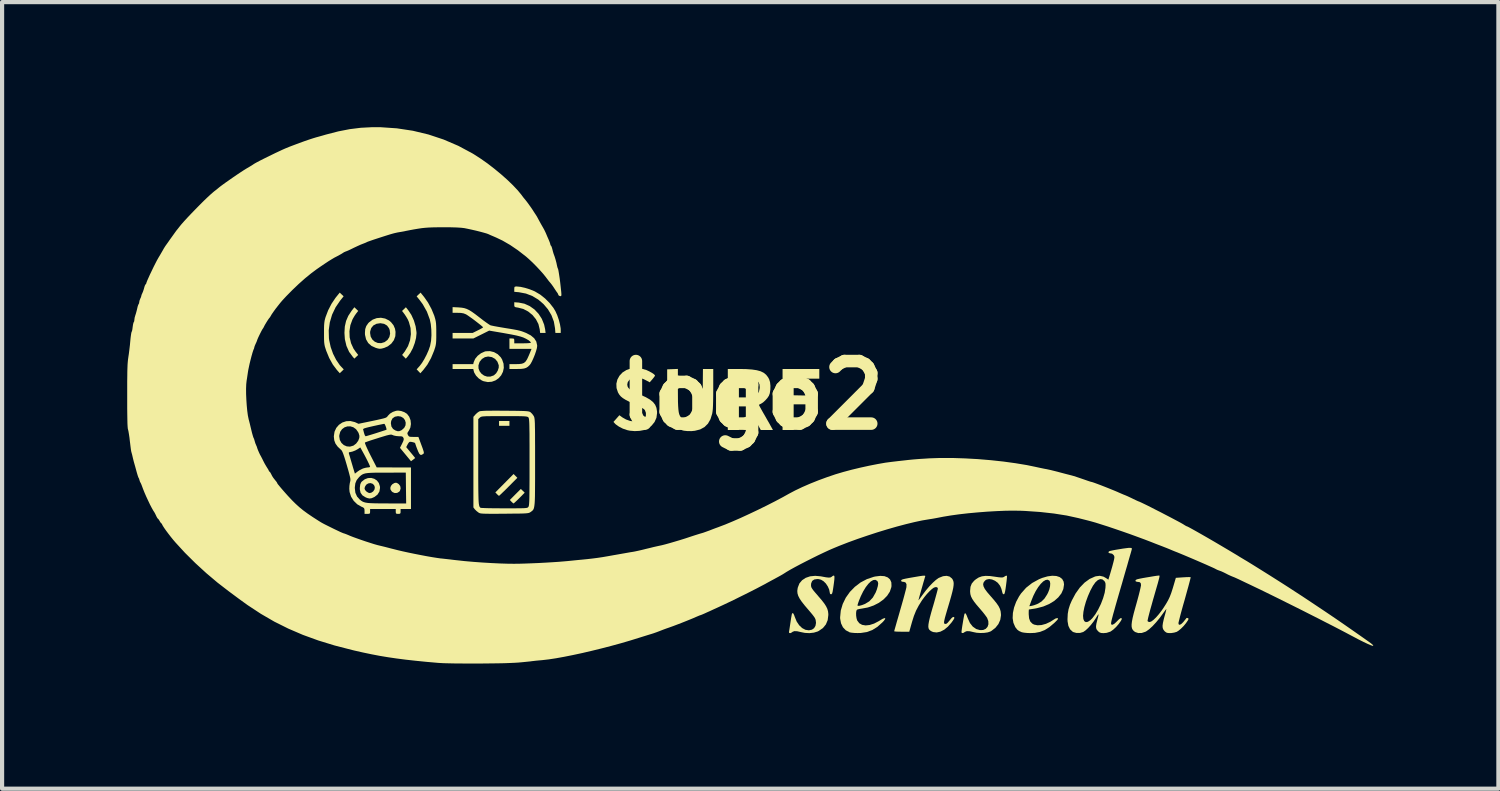
<source format=kicad_pcb>
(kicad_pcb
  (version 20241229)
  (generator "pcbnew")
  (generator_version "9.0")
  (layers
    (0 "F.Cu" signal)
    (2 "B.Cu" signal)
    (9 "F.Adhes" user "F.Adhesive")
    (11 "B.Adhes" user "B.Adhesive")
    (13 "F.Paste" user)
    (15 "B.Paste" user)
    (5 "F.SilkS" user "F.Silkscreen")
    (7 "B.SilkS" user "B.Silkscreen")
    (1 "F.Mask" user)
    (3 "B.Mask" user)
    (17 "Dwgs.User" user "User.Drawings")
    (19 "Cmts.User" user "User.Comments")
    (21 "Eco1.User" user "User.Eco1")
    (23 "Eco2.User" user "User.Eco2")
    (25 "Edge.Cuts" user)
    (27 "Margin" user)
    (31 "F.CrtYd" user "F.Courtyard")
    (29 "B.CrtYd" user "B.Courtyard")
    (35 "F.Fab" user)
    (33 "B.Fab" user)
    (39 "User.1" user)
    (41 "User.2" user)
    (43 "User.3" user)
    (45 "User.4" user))
  (footprint "logo2"
    (layer "F.Cu")
    (at 14.983 6.429)
    (property "Reference" "logo2" (at 0 0 0) (layer "F.SilkS") (effects (font (size 1.5 1.5) (thickness 0.3))))
    (attr board_only exclude_from_pos_files exclude_from_bom)
    (fp_poly (pts (xy -5.818 0.673) (xy -5.818 0.731) (xy -5.943 0.731) (xy -6.067 0.731) (xy -6.067 0.673) (xy -6.067 0.615) (xy -5.943 0.615) (xy -5.818 0.615)) (stroke (width 0) (type solid)) (fill yes) (layer "F.SilkS"))
    (fp_poly (pts (xy -5.498 2.289) (xy -5.452 2.334) (xy -5.58 2.464) (xy -5.633 2.516) (xy -5.678 2.558) (xy -5.708 2.585) (xy -5.719 2.593) (xy -5.736 2.582) (xy -5.764 2.556) (xy -5.769 2.551) (xy -5.808 2.509) (xy -5.677 2.377) (xy -5.545 2.245)) (stroke (width 0) (type solid)) (fill yes) (layer "F.SilkS"))
    (fp_poly (pts (xy -5.673 1.932) (xy -5.628 1.978) (xy -5.843 2.194) (xy -5.912 2.263) (xy -5.973 2.322) (xy -6.022 2.369) (xy -6.055 2.4) (xy -6.068 2.41) (xy -6.085 2.399) (xy -6.113 2.373) (xy -6.117 2.369) (xy -6.156 2.328) (xy -5.937 2.107) (xy -5.719 1.887)) (stroke (width 0) (type solid)) (fill yes) (layer "F.SilkS"))
    (fp_poly (pts (xy -8.51 2.104) (xy -8.474 2.127) (xy -8.472 2.129) (xy -8.437 2.175) (xy -8.427 2.232) (xy -8.443 2.288) (xy -8.461 2.311) (xy -8.511 2.34) (xy -8.569 2.343) (xy -8.622 2.32) (xy -8.643 2.3) (xy -8.671 2.256) (xy -8.674 2.217) (xy -8.659 2.172) (xy -8.625 2.131) (xy -8.575 2.102) (xy -8.537 2.095)) (stroke (width 0) (type solid)) (fill yes) (layer "F.SilkS"))
    (fp_poly (pts (xy 1.612 -0.515) (xy 1.612 -0.399) (xy 1.305 -0.399) (xy 0.997 -0.399) (xy 0.997 -0.2) (xy 0.997 -0.001) (xy 1.259 0.004) (xy 1.521 0.008) (xy 1.526 0.112) (xy 1.531 0.216) (xy 1.264 0.216) (xy 0.997 0.216) (xy 0.997 0.524) (xy 0.997 0.831) (xy 0.864 0.831) (xy 0.731 0.831) (xy 0.731 0.1) (xy 0.731 -0.632) (xy 1.172 -0.632) (xy 1.612 -0.632)) (stroke (width 0) (type solid)) (fill yes) (layer "F.SilkS"))
    (fp_poly (pts (xy -5.595 -2.224) (xy -5.459 -2.197) (xy -5.332 -2.14) (xy -5.218 -2.059) (xy -5.12 -1.955) (xy -5.041 -1.833) (xy -4.986 -1.696) (xy -4.962 -1.583) (xy -4.951 -1.496) (xy -5.016 -1.496) (xy -5.082 -1.496) (xy -5.092 -1.583) (xy -5.123 -1.709) (xy -5.183 -1.825) (xy -5.266 -1.926) (xy -5.369 -2.01) (xy -5.486 -2.071) (xy -5.615 -2.104) (xy -5.617 -2.104) (xy -5.667 -2.112) (xy -5.692 -2.123) (xy -5.701 -2.143) (xy -5.702 -2.174) (xy -5.702 -2.232)) (stroke (width 0) (type solid)) (fill yes) (layer "F.SilkS"))
    (fp_poly (pts (xy -9.49 -2.068) (xy -9.444 -2.024) (xy -9.492 -1.963) (xy -9.528 -1.912) (xy -9.565 -1.849) (xy -9.582 -1.818) (xy -9.632 -1.682) (xy -9.654 -1.537) (xy -9.649 -1.391) (xy -9.616 -1.25) (xy -9.556 -1.119) (xy -9.508 -1.049) (xy -9.444 -0.968) (xy -9.49 -0.924) (xy -9.535 -0.881) (xy -9.57 -0.918) (xy -9.662 -1.042) (xy -9.726 -1.185) (xy -9.764 -1.346) (xy -9.774 -1.498) (xy -9.765 -1.65) (xy -9.735 -1.783) (xy -9.682 -1.906) (xy -9.602 -2.028) (xy -9.585 -2.049) (xy -9.536 -2.112)) (stroke (width 0) (type solid)) (fill yes) (layer "F.SilkS"))
    (fp_poly (pts (xy -8.246 -2.043) (xy -8.17 -1.929) (xy -8.109 -1.795) (xy -8.067 -1.654) (xy -8.047 -1.517) (xy -8.046 -1.486) (xy -8.057 -1.376) (xy -8.088 -1.254) (xy -8.134 -1.131) (xy -8.193 -1.02) (xy -8.252 -0.938) (xy -8.303 -0.879) (xy -8.347 -0.924) (xy -8.391 -0.968) (xy -8.326 -1.053) (xy -8.25 -1.18) (xy -8.201 -1.32) (xy -8.181 -1.467) (xy -8.189 -1.614) (xy -8.228 -1.757) (xy -8.254 -1.817) (xy -8.289 -1.878) (xy -8.328 -1.938) (xy -8.345 -1.961) (xy -8.393 -2.023) (xy -8.347 -2.067) (xy -8.301 -2.112)) (stroke (width 0) (type solid)) (fill yes) (layer "F.SilkS"))
    (fp_poly (pts (xy -5.552 -2.601) (xy -5.444 -2.577) (xy -5.329 -2.541) (xy -5.218 -2.496) (xy -5.203 -2.488) (xy -5.081 -2.416) (xy -4.962 -2.321) (xy -4.852 -2.21) (xy -4.761 -2.093) (xy -4.715 -2.016) (xy -4.671 -1.918) (xy -4.634 -1.81) (xy -4.606 -1.703) (xy -4.59 -1.608) (xy -4.588 -1.568) (xy -4.588 -1.496) (xy -4.652 -1.496) (xy -4.716 -1.496) (xy -4.725 -1.608) (xy -4.753 -1.769) (xy -4.811 -1.922) (xy -4.895 -2.063) (xy -5.001 -2.188) (xy -5.127 -2.296) (xy -5.268 -2.381) (xy -5.422 -2.44) (xy -5.585 -2.471) (xy -5.589 -2.472) (xy -5.702 -2.482) (xy -5.702 -2.546) (xy -5.7 -2.587) (xy -5.688 -2.605) (xy -5.657 -2.61) (xy -5.643 -2.61)) (stroke (width 0) (type solid)) (fill yes) (layer "F.SilkS"))
    (fp_poly (pts (xy -9.84 -2.418) (xy -9.794 -2.374) (xy -9.877 -2.271) (xy -9.986 -2.111) (xy -10.07 -1.935) (xy -10.125 -1.749) (xy -10.151 -1.558) (xy -10.146 -1.367) (xy -10.14 -1.322) (xy -10.104 -1.157) (xy -10.047 -0.997) (xy -9.973 -0.851) (xy -9.887 -0.725) (xy -9.847 -0.681) (xy -9.791 -0.622) (xy -9.838 -0.576) (xy -9.886 -0.53) (xy -9.957 -0.61) (xy -10.054 -0.74) (xy -10.14 -0.896) (xy -10.21 -1.066) (xy -10.23 -1.127) (xy -10.245 -1.176) (xy -10.254 -1.223) (xy -10.26 -1.274) (xy -10.263 -1.339) (xy -10.264 -1.424) (xy -10.264 -1.488) (xy -10.264 -1.593) (xy -10.262 -1.674) (xy -10.257 -1.736) (xy -10.25 -1.788) (xy -10.238 -1.837) (xy -10.226 -1.878) (xy -10.165 -2.038) (xy -10.084 -2.195) (xy -9.99 -2.335) (xy -9.972 -2.358) (xy -9.887 -2.463)) (stroke (width 0) (type solid)) (fill yes) (layer "F.SilkS"))
    (fp_poly (pts (xy -9.059 2.001) (xy -8.996 2.042) (xy -8.949 2.103) (xy -8.924 2.181) (xy -8.921 2.219) (xy -8.936 2.307) (xy -8.981 2.38) (xy -9.053 2.436) (xy -9.059 2.439) (xy -9.122 2.467) (xy -9.174 2.474) (xy -9.228 2.462) (xy -9.271 2.444) (xy -9.343 2.398) (xy -9.387 2.337) (xy -9.405 2.256) (xy -9.405 2.237) (xy -9.292 2.237) (xy -9.278 2.272) (xy -9.245 2.308) (xy -9.202 2.335) (xy -9.168 2.344) (xy -9.126 2.332) (xy -9.085 2.304) (xy -9.084 2.303) (xy -9.051 2.252) (xy -9.046 2.199) (xy -9.064 2.153) (xy -9.101 2.119) (xy -9.153 2.104) (xy -9.206 2.113) (xy -9.253 2.144) (xy -9.284 2.195) (xy -9.292 2.237) (xy -9.405 2.237) (xy -9.404 2.207) (xy -9.396 2.14) (xy -9.378 2.094) (xy -9.358 2.068) (xy -9.287 2.013) (xy -9.21 1.984) (xy -9.132 1.981)) (stroke (width 0) (type solid)) (fill yes) (layer "F.SilkS"))
    (fp_poly (pts (xy -7.864 -2.358) (xy -7.769 -2.222) (xy -7.686 -2.068) (xy -7.62 -1.908) (xy -7.611 -1.878) (xy -7.596 -1.826) (xy -7.585 -1.776) (xy -7.578 -1.722) (xy -7.574 -1.656) (xy -7.572 -1.57) (xy -7.572 -1.488) (xy -7.572 -1.387) (xy -7.574 -1.311) (xy -7.578 -1.253) (xy -7.585 -1.205) (xy -7.596 -1.158) (xy -7.613 -1.106) (xy -7.626 -1.066) (xy -7.698 -0.893) (xy -7.785 -0.737) (xy -7.882 -0.609) (xy -7.954 -0.529) (xy -7.998 -0.576) (xy -8.043 -0.623) (xy -7.968 -0.706) (xy -7.914 -0.778) (xy -7.857 -0.872) (xy -7.802 -0.978) (xy -7.755 -1.085) (xy -7.721 -1.184) (xy -7.718 -1.197) (xy -7.697 -1.308) (xy -7.688 -1.439) (xy -7.691 -1.576) (xy -7.704 -1.708) (xy -7.727 -1.819) (xy -7.797 -2.007) (xy -7.896 -2.183) (xy -7.962 -2.273) (xy -8.043 -2.374) (xy -7.996 -2.418) (xy -7.949 -2.463)) (stroke (width 0) (type solid)) (fill yes) (layer "F.SilkS"))
    (fp_poly (pts (xy -8.798 -1.841) (xy -8.705 -1.795) (xy -8.655 -1.752) (xy -8.597 -1.679) (xy -8.562 -1.597) (xy -8.549 -1.521) (xy -8.554 -1.418) (xy -8.589 -1.322) (xy -8.65 -1.24) (xy -8.733 -1.175) (xy -8.82 -1.137) (xy -8.88 -1.121) (xy -8.925 -1.116) (xy -8.971 -1.123) (xy -9.023 -1.138) (xy -9.126 -1.185) (xy -9.204 -1.254) (xy -9.256 -1.343) (xy -9.281 -1.451) (xy -9.283 -1.494) (xy -9.159 -1.494) (xy -9.145 -1.408) (xy -9.105 -1.337) (xy -9.046 -1.285) (xy -8.973 -1.255) (xy -8.893 -1.251) (xy -8.811 -1.276) (xy -8.742 -1.328) (xy -8.697 -1.397) (xy -8.679 -1.479) (xy -8.689 -1.565) (xy -8.705 -1.608) (xy -8.753 -1.673) (xy -8.823 -1.714) (xy -8.911 -1.729) (xy -8.915 -1.729) (xy -9.007 -1.715) (xy -9.08 -1.676) (xy -9.131 -1.615) (xy -9.157 -1.534) (xy -9.159 -1.494) (xy -9.283 -1.494) (xy -9.283 -1.496) (xy -9.276 -1.588) (xy -9.251 -1.661) (xy -9.205 -1.728) (xy -9.182 -1.752) (xy -9.097 -1.815) (xy -9.001 -1.851) (xy -8.899 -1.86)) (stroke (width 0) (type solid)) (fill yes) (layer "F.SilkS"))
    (fp_poly (pts (xy -6.188 -1.036) (xy -6.099 -0.986) (xy -6.027 -0.913) (xy -5.994 -0.86) (xy -5.959 -0.758) (xy -5.953 -0.658) (xy -5.973 -0.565) (xy -6.015 -0.481) (xy -6.076 -0.411) (xy -6.152 -0.358) (xy -6.24 -0.326) (xy -6.336 -0.318) (xy -6.437 -0.338) (xy -6.478 -0.355) (xy -6.554 -0.405) (xy -6.619 -0.472) (xy -6.663 -0.546) (xy -6.674 -0.583) (xy -6.685 -0.632) (xy -6.933 -0.632) (xy -7.181 -0.632) (xy -7.181 -0.69) (xy -7.181 -0.719) (xy -6.561 -0.719) (xy -6.559 -0.643) (xy -6.532 -0.574) (xy -6.486 -0.516) (xy -6.425 -0.473) (xy -6.353 -0.449) (xy -6.276 -0.449) (xy -6.198 -0.476) (xy -6.187 -0.483) (xy -6.137 -0.528) (xy -6.098 -0.592) (xy -6.075 -0.662) (xy -6.074 -0.721) (xy -6.106 -0.807) (xy -6.162 -0.874) (xy -6.238 -0.916) (xy -6.329 -0.931) (xy -6.407 -0.915) (xy -6.477 -0.872) (xy -6.531 -0.806) (xy -6.535 -0.798) (xy -6.561 -0.719) (xy -7.181 -0.719) (xy -7.181 -0.748) (xy -6.934 -0.748) (xy -6.686 -0.748) (xy -6.675 -0.794) (xy -6.64 -0.875) (xy -6.579 -0.949) (xy -6.5 -1.009) (xy -6.412 -1.049) (xy -6.386 -1.056) (xy -6.286 -1.06)) (stroke (width 0) (type solid)) (fill yes) (layer "F.SilkS"))
    (fp_poly (pts (xy -1.779 -0.145) (xy -1.778 0.016) (xy -1.777 0.148) (xy -1.773 0.254) (xy -1.767 0.337) (xy -1.759 0.402) (xy -1.747 0.453) (xy -1.73 0.492) (xy -1.71 0.523) (xy -1.684 0.551) (xy -1.671 0.563) (xy -1.593 0.611) (xy -1.501 0.63) (xy -1.426 0.627) (xy -1.35 0.605) (xy -1.289 0.561) (xy -1.239 0.489) (xy -1.23 0.473) (xy -1.218 0.449) (xy -1.209 0.426) (xy -1.202 0.401) (xy -1.196 0.368) (xy -1.192 0.324) (xy -1.189 0.266) (xy -1.187 0.188) (xy -1.186 0.087) (xy -1.184 -0.041) (xy -1.183 -0.121) (xy -1.178 -0.632) (xy -1.054 -0.632) (xy -0.931 -0.632) (xy -0.931 -0.154) (xy -0.932 0.007) (xy -0.934 0.138) (xy -0.937 0.243) (xy -0.941 0.325) (xy -0.948 0.389) (xy -0.956 0.438) (xy -0.956 0.438) (xy -0.997 0.572) (xy -1.058 0.679) (xy -1.141 0.761) (xy -1.245 0.818) (xy -1.372 0.85) (xy -1.453 0.858) (xy -1.551 0.857) (xy -1.635 0.848) (xy -1.668 0.84) (xy -1.783 0.792) (xy -1.877 0.717) (xy -1.951 0.617) (xy -2.005 0.489) (xy -2.007 0.482) (xy -2.016 0.451) (xy -2.022 0.414) (xy -2.027 0.367) (xy -2.031 0.306) (xy -2.033 0.227) (xy -2.035 0.126) (xy -2.036 -0.001) (xy -2.036 -0.116) (xy -2.036 -0.623) (xy -1.907 -0.628) (xy -1.779 -0.633)) (stroke (width 0) (type solid)) (fill yes) (layer "F.SilkS"))
    (fp_poly (pts (xy -0.312 -0.632) (xy -0.142 -0.629) (xy -0.002 -0.619) (xy 0.112 -0.602) (xy 0.204 -0.577) (xy 0.278 -0.541) (xy 0.336 -0.494) (xy 0.382 -0.435) (xy 0.409 -0.386) (xy 0.431 -0.316) (xy 0.44 -0.228) (xy 0.438 -0.135) (xy 0.425 -0.049) (xy 0.404 0.009) (xy 0.367 0.065) (xy 0.317 0.121) (xy 0.263 0.17) (xy 0.214 0.202) (xy 0.201 0.207) (xy 0.174 0.221) (xy 0.166 0.232) (xy 0.174 0.25) (xy 0.196 0.292) (xy 0.228 0.35) (xy 0.267 0.419) (xy 0.271 0.426) (xy 0.319 0.509) (xy 0.367 0.594) (xy 0.411 0.67) (xy 0.438 0.719) (xy 0.5 0.831) (xy 0.354 0.831) (xy 0.208 0.831) (xy 0.053 0.548) (xy -0.102 0.266) (xy -0.209 0.266) (xy -0.316 0.266) (xy -0.316 0.549) (xy -0.316 0.831) (xy -0.449 0.831) (xy -0.582 0.831) (xy -0.582 0.1) (xy -0.582 -0.416) (xy -0.316 -0.416) (xy -0.316 -0.183) (xy -0.316 0.05) (xy -0.162 0.05) (xy -0.071 0.047) (xy -0.004 0.038) (xy 0.048 0.023) (xy 0.061 0.018) (xy 0.126 -0.026) (xy 0.165 -0.087) (xy 0.182 -0.17) (xy 0.183 -0.197) (xy 0.178 -0.26) (xy 0.159 -0.306) (xy 0.14 -0.331) (xy 0.1 -0.368) (xy 0.047 -0.393) (xy -0.024 -0.408) (xy -0.118 -0.415) (xy -0.17 -0.415) (xy -0.316 -0.416) (xy -0.582 -0.416) (xy -0.582 -0.632)) (stroke (width 0) (type solid)) (fill yes) (layer "F.SilkS"))
    (fp_poly (pts (xy -2.63 -0.634) (xy -2.538 -0.608) (xy -2.466 -0.575) (xy -2.403 -0.54) (xy -2.356 -0.508) (xy -2.33 -0.482) (xy -2.328 -0.474) (xy -2.338 -0.453) (xy -2.365 -0.417) (xy -2.391 -0.385) (xy -2.454 -0.312) (xy -2.551 -0.364) (xy -2.609 -0.392) (xy -2.66 -0.408) (xy -2.718 -0.415) (xy -2.771 -0.416) (xy -2.837 -0.415) (xy -2.879 -0.409) (xy -2.908 -0.397) (xy -2.935 -0.375) (xy -2.944 -0.367) (xy -2.98 -0.318) (xy -2.992 -0.265) (xy -2.992 -0.257) (xy -2.986 -0.215) (xy -2.966 -0.178) (xy -2.929 -0.141) (xy -2.87 -0.104) (xy -2.787 -0.062) (xy -2.683 -0.016) (xy -2.551 0.043) (xy -2.45 0.101) (xy -2.375 0.161) (xy -2.324 0.226) (xy -2.293 0.3) (xy -2.279 0.385) (xy -2.278 0.426) (xy -2.293 0.538) (xy -2.338 0.639) (xy -2.408 0.726) (xy -2.5 0.794) (xy -2.59 0.832) (xy -2.695 0.852) (xy -2.813 0.858) (xy -2.93 0.848) (xy -2.992 0.835) (xy -3.098 0.799) (xy -3.193 0.75) (xy -3.269 0.696) (xy -3.287 0.678) (xy -3.324 0.638) (xy -3.253 0.558) (xy -3.182 0.477) (xy -3.109 0.53) (xy -3.021 0.58) (xy -2.924 0.614) (xy -2.826 0.629) (xy -2.733 0.627) (xy -2.652 0.606) (xy -2.589 0.567) (xy -2.568 0.543) (xy -2.546 0.486) (xy -2.546 0.42) (xy -2.568 0.36) (xy -2.581 0.342) (xy -2.609 0.32) (xy -2.662 0.289) (xy -2.731 0.252) (xy -2.811 0.214) (xy -2.836 0.203) (xy -2.948 0.151) (xy -3.034 0.107) (xy -3.098 0.067) (xy -3.146 0.028) (xy -3.182 -0.014) (xy -3.211 -0.062) (xy -3.216 -0.071) (xy -3.25 -0.174) (xy -3.254 -0.278) (xy -3.23 -0.378) (xy -3.18 -0.469) (xy -3.108 -0.547) (xy -3.014 -0.606) (xy -2.945 -0.631) (xy -2.849 -0.647) (xy -2.739 -0.648)) (stroke (width 0) (type solid)) (fill yes) (layer "F.SilkS"))
    (fp_poly (pts (xy 3.174 4.336) (xy 3.253 4.366) (xy 3.308 4.415) (xy 3.339 4.484) (xy 3.343 4.572) (xy 3.338 4.604) (xy 3.303 4.708) (xy 3.238 4.807) (xy 3.149 4.897) (xy 3.039 4.976) (xy 2.913 5.04) (xy 2.775 5.087) (xy 2.635 5.113) (xy 2.578 5.122) (xy 2.533 5.133) (xy 2.514 5.141) (xy 2.5 5.169) (xy 2.494 5.22) (xy 2.495 5.281) (xy 2.504 5.343) (xy 2.519 5.395) (xy 2.523 5.402) (xy 2.571 5.465) (xy 2.638 5.503) (xy 2.722 5.517) (xy 2.819 5.507) (xy 2.925 5.473) (xy 3.037 5.415) (xy 3.058 5.402) (xy 3.126 5.361) (xy 3.171 5.343) (xy 3.193 5.344) (xy 3.189 5.366) (xy 3.16 5.407) (xy 3.124 5.445) (xy 3.004 5.552) (xy 2.882 5.628) (xy 2.752 5.676) (xy 2.609 5.698) (xy 2.529 5.7) (xy 2.457 5.698) (xy 2.391 5.692) (xy 2.344 5.684) (xy 2.336 5.681) (xy 2.246 5.633) (xy 2.178 5.561) (xy 2.133 5.467) (xy 2.112 5.356) (xy 2.111 5.323) (xy 2.127 5.16) (xy 2.163 5.038) (xy 2.527 5.038) (xy 2.541 5.048) (xy 2.579 5.045) (xy 2.635 5.03) (xy 2.702 5.004) (xy 2.709 5.001) (xy 2.811 4.939) (xy 2.896 4.848) (xy 2.963 4.729) (xy 2.991 4.658) (xy 3.015 4.575) (xy 3.024 4.515) (xy 3.016 4.473) (xy 2.999 4.448) (xy 2.956 4.424) (xy 2.904 4.43) (xy 2.847 4.463) (xy 2.787 4.521) (xy 2.725 4.601) (xy 2.664 4.701) (xy 2.606 4.819) (xy 2.566 4.916) (xy 2.546 4.972) (xy 2.532 5.016) (xy 2.527 5.038) (xy 2.163 5.038) (xy 2.174 5.002) (xy 2.247 4.852) (xy 2.345 4.714) (xy 2.464 4.592) (xy 2.6 4.488) (xy 2.753 4.407) (xy 2.917 4.352) (xy 2.952 4.344) (xy 3.073 4.329)) (stroke (width 0) (type solid)) (fill yes) (layer "F.SilkS"))
    (fp_poly (pts (xy 7.296 4.332) (xy 7.376 4.358) (xy 7.435 4.403) (xy 7.47 4.467) (xy 7.48 4.535) (xy 7.463 4.645) (xy 7.417 4.749) (xy 7.342 4.845) (xy 7.244 4.931) (xy 7.123 5.004) (xy 6.984 5.063) (xy 6.829 5.104) (xy 6.782 5.113) (xy 6.718 5.123) (xy 6.668 5.131) (xy 6.64 5.135) (xy 6.637 5.136) (xy 6.635 5.151) (xy 6.633 5.192) (xy 6.633 5.248) (xy 6.633 5.249) (xy 6.642 5.347) (xy 6.669 5.421) (xy 6.718 5.473) (xy 6.761 5.497) (xy 6.844 5.514) (xy 6.94 5.508) (xy 7.046 5.479) (xy 7.153 5.429) (xy 7.223 5.384) (xy 7.279 5.35) (xy 7.318 5.342) (xy 7.326 5.344) (xy 7.336 5.352) (xy 7.332 5.368) (xy 7.31 5.395) (xy 7.267 5.438) (xy 7.243 5.461) (xy 7.128 5.558) (xy 7.018 5.628) (xy 6.905 5.672) (xy 6.783 5.696) (xy 6.667 5.701) (xy 6.592 5.698) (xy 6.523 5.691) (xy 6.47 5.681) (xy 6.462 5.678) (xy 6.401 5.651) (xy 6.357 5.617) (xy 6.316 5.565) (xy 6.307 5.549) (xy 6.266 5.454) (xy 6.248 5.342) (xy 6.254 5.218) (xy 6.282 5.087) (xy 6.293 5.057) (xy 6.648 5.057) (xy 6.711 5.046) (xy 6.763 5.032) (xy 6.826 5.009) (xy 6.861 4.993) (xy 6.942 4.942) (xy 7.012 4.872) (xy 7.074 4.776) (xy 7.099 4.727) (xy 7.128 4.652) (xy 7.145 4.576) (xy 7.149 4.509) (xy 7.139 4.459) (xy 7.128 4.442) (xy 7.087 4.421) (xy 7.037 4.429) (xy 6.981 4.462) (xy 6.922 4.52) (xy 6.861 4.598) (xy 6.801 4.694) (xy 6.745 4.805) (xy 6.698 4.921) (xy 6.648 5.057) (xy 6.293 5.057) (xy 6.331 4.953) (xy 6.401 4.822) (xy 6.449 4.751) (xy 6.57 4.614) (xy 6.715 4.5) (xy 6.881 4.409) (xy 6.957 4.378) (xy 7.084 4.341) (xy 7.197 4.326)) (stroke (width 0) (type solid)) (fill yes) (layer "F.SilkS"))
    (fp_poly (pts (xy 1.968 4.326) (xy 1.974 4.342) (xy 1.975 4.372) (xy 1.972 4.422) (xy 1.963 4.496) (xy 1.949 4.596) (xy 1.942 4.642) (xy 1.931 4.708) (xy 1.92 4.748) (xy 1.907 4.766) (xy 1.892 4.771) (xy 1.869 4.76) (xy 1.862 4.725) (xy 1.849 4.658) (xy 1.816 4.583) (xy 1.769 4.512) (xy 1.714 4.458) (xy 1.711 4.456) (xy 1.653 4.421) (xy 1.597 4.407) (xy 1.563 4.405) (xy 1.49 4.416) (xy 1.441 4.45) (xy 1.417 4.507) (xy 1.413 4.549) (xy 1.415 4.577) (xy 1.422 4.604) (xy 1.439 4.634) (xy 1.467 4.674) (xy 1.512 4.728) (xy 1.575 4.8) (xy 1.579 4.806) (xy 1.665 4.906) (xy 1.729 4.988) (xy 1.774 5.057) (xy 1.804 5.119) (xy 1.821 5.179) (xy 1.828 5.242) (xy 1.828 5.269) (xy 1.813 5.39) (xy 1.77 5.493) (xy 1.699 5.58) (xy 1.599 5.649) (xy 1.571 5.663) (xy 1.482 5.69) (xy 1.375 5.702) (xy 1.264 5.696) (xy 1.17 5.677) (xy 1.083 5.657) (xy 1.015 5.654) (xy 0.971 5.67) (xy 0.964 5.677) (xy 0.931 5.698) (xy 0.911 5.702) (xy 0.888 5.696) (xy 0.885 5.672) (xy 0.888 5.656) (xy 0.894 5.621) (xy 0.903 5.562) (xy 0.914 5.488) (xy 0.923 5.429) (xy 0.934 5.354) (xy 0.945 5.292) (xy 0.953 5.249) (xy 0.958 5.234) (xy 0.974 5.22) (xy 0.992 5.235) (xy 1.013 5.281) (xy 1.024 5.314) (xy 1.07 5.425) (xy 1.13 5.514) (xy 1.201 5.581) (xy 1.279 5.622) (xy 1.362 5.634) (xy 1.436 5.619) (xy 1.487 5.583) (xy 1.52 5.527) (xy 1.533 5.457) (xy 1.524 5.383) (xy 1.507 5.341) (xy 1.486 5.309) (xy 1.449 5.26) (xy 1.4 5.201) (xy 1.359 5.153) (xy 1.265 5.043) (xy 1.193 4.952) (xy 1.141 4.875) (xy 1.107 4.809) (xy 1.089 4.749) (xy 1.084 4.69) (xy 1.092 4.63) (xy 1.097 4.607) (xy 1.135 4.51) (xy 1.2 4.433) (xy 1.286 4.376) (xy 1.391 4.34) (xy 1.513 4.328) (xy 1.648 4.34) (xy 1.679 4.346) (xy 1.769 4.363) (xy 1.833 4.37) (xy 1.875 4.368) (xy 1.903 4.355) (xy 1.912 4.347) (xy 1.941 4.326) (xy 1.958 4.322)) (stroke (width 0) (type solid)) (fill yes) (layer "F.SilkS"))
    (fp_poly (pts (xy 6.111 4.327) (xy 6.112 4.345) (xy 6.109 4.391) (xy 6.102 4.456) (xy 6.092 4.535) (xy 6.09 4.553) (xy 6.077 4.644) (xy 6.066 4.706) (xy 6.056 4.745) (xy 6.046 4.765) (xy 6.034 4.771) (xy 6.033 4.771) (xy 6.012 4.759) (xy 5.998 4.72) (xy 5.994 4.7) (xy 5.978 4.64) (xy 5.951 4.577) (xy 5.941 4.559) (xy 5.891 4.495) (xy 5.826 4.447) (xy 5.755 4.416) (xy 5.685 4.405) (xy 5.623 4.417) (xy 5.589 4.439) (xy 5.554 4.481) (xy 5.54 4.527) (xy 5.549 4.579) (xy 5.58 4.642) (xy 5.636 4.718) (xy 5.71 4.804) (xy 5.797 4.904) (xy 5.863 4.986) (xy 5.911 5.056) (xy 5.942 5.119) (xy 5.96 5.18) (xy 5.967 5.245) (xy 5.968 5.276) (xy 5.951 5.384) (xy 5.906 5.485) (xy 5.834 5.575) (xy 5.74 5.648) (xy 5.714 5.663) (xy 5.651 5.684) (xy 5.568 5.696) (xy 5.475 5.699) (xy 5.384 5.693) (xy 5.315 5.679) (xy 5.22 5.657) (xy 5.149 5.654) (xy 5.103 5.672) (xy 5.097 5.677) (xy 5.066 5.697) (xy 5.037 5.7) (xy 5.021 5.686) (xy 5.021 5.681) (xy 5.024 5.648) (xy 5.031 5.594) (xy 5.041 5.525) (xy 5.054 5.449) (xy 5.066 5.375) (xy 5.078 5.31) (xy 5.088 5.262) (xy 5.094 5.238) (xy 5.094 5.237) (xy 5.109 5.225) (xy 5.124 5.236) (xy 5.144 5.274) (xy 5.17 5.341) (xy 5.171 5.344) (xy 5.224 5.46) (xy 5.292 5.546) (xy 5.374 5.603) (xy 5.376 5.604) (xy 5.463 5.629) (xy 5.539 5.627) (xy 5.601 5.6) (xy 5.645 5.553) (xy 5.667 5.49) (xy 5.664 5.413) (xy 5.637 5.339) (xy 5.613 5.303) (xy 5.573 5.249) (xy 5.522 5.185) (xy 5.465 5.119) (xy 5.464 5.117) (xy 5.382 5.022) (xy 5.321 4.944) (xy 5.278 4.879) (xy 5.25 4.822) (xy 5.234 4.767) (xy 5.228 4.71) (xy 5.228 4.688) (xy 5.237 4.591) (xy 5.267 4.514) (xy 5.323 4.447) (xy 5.366 4.411) (xy 5.435 4.367) (xy 5.511 4.34) (xy 5.599 4.329) (xy 5.707 4.333) (xy 5.815 4.348) (xy 5.903 4.361) (xy 5.963 4.367) (xy 6.002 4.367) (xy 6.026 4.361) (xy 6.032 4.358) (xy 6.079 4.329) (xy 6.107 4.324)) (stroke (width 0) (type solid)) (fill yes) (layer "F.SilkS"))
    (fp_poly (pts (xy -7.036 -2.108) (xy -6.966 -2.102) (xy -6.905 -2.092) (xy -6.848 -2.074) (xy -6.788 -2.046) (xy -6.721 -2.005) (xy -6.641 -1.948) (xy -6.542 -1.872) (xy -6.519 -1.854) (xy -6.445 -1.797) (xy -6.376 -1.747) (xy -6.32 -1.708) (xy -6.281 -1.683) (xy -6.269 -1.678) (xy -6.239 -1.671) (xy -6.182 -1.659) (xy -6.105 -1.645) (xy -6.013 -1.629) (xy -5.918 -1.613) (xy -5.799 -1.594) (xy -5.707 -1.578) (xy -5.636 -1.565) (xy -5.58 -1.552) (xy -5.534 -1.539) (xy -5.49 -1.524) (xy -5.445 -1.506) (xy -5.419 -1.496) (xy -5.306 -1.437) (xy -5.225 -1.369) (xy -5.174 -1.29) (xy -5.154 -1.2) (xy -5.153 -1.182) (xy -5.16 -1.13) (xy -5.18 -1.059) (xy -5.208 -0.977) (xy -5.242 -0.893) (xy -5.277 -0.816) (xy -5.31 -0.756) (xy -5.332 -0.727) (xy -5.374 -0.686) (xy -5.417 -0.659) (xy -5.467 -0.643) (xy -5.533 -0.634) (xy -5.623 -0.632) (xy -5.643 -0.632) (xy -5.818 -0.632) (xy -5.818 -0.69) (xy -5.818 -0.748) (xy -5.675 -0.748) (xy -5.586 -0.75) (xy -5.52 -0.758) (xy -5.469 -0.777) (xy -5.429 -0.812) (xy -5.394 -0.866) (xy -5.358 -0.944) (xy -5.33 -1.01) (xy -5.288 -1.114) (xy -5.553 -1.114) (xy -5.818 -1.114) (xy -5.818 -1.238) (xy -5.818 -1.363) (xy -5.76 -1.363) (xy -5.721 -1.361) (xy -5.705 -1.346) (xy -5.702 -1.309) (xy -5.702 -1.305) (xy -5.702 -1.247) (xy -5.502 -1.247) (xy -5.425 -1.248) (xy -5.362 -1.251) (xy -5.319 -1.255) (xy -5.303 -1.26) (xy -5.303 -1.26) (xy -5.318 -1.287) (xy -5.358 -1.32) (xy -5.42 -1.356) (xy -5.483 -1.386) (xy -5.551 -1.409) (xy -5.648 -1.434) (xy -5.777 -1.46) (xy -5.938 -1.489) (xy -5.947 -1.491) (xy -6.304 -1.552) (xy -6.494 -1.457) (xy -6.683 -1.363) (xy -6.932 -1.363) (xy -7.181 -1.363) (xy -7.181 -1.43) (xy -7.181 -1.496) (xy -6.94 -1.496) (xy -6.7 -1.496) (xy -6.575 -1.558) (xy -6.518 -1.587) (xy -6.474 -1.612) (xy -6.452 -1.627) (xy -6.45 -1.63) (xy -6.462 -1.645) (xy -6.497 -1.675) (xy -6.547 -1.715) (xy -6.607 -1.762) (xy -6.672 -1.812) (xy -6.737 -1.859) (xy -6.795 -1.9) (xy -6.841 -1.931) (xy -6.864 -1.944) (xy -6.918 -1.965) (xy -6.983 -1.976) (xy -7.056 -1.978) (xy -7.181 -1.978) (xy -7.181 -2.047) (xy -7.181 -2.115)) (stroke (width 0) (type solid)) (fill yes) (layer "F.SilkS"))
    (fp_poly (pts (xy 4.146 4.326) (xy 4.153 4.333) (xy 4.151 4.343) (xy 4.143 4.368) (xy 4.129 4.417) (xy 4.109 4.484) (xy 4.087 4.562) (xy 4.063 4.645) (xy 4.04 4.727) (xy 4.019 4.801) (xy 4.003 4.861) (xy 3.992 4.901) (xy 3.99 4.914) (xy 3.998 4.906) (xy 4.022 4.875) (xy 4.057 4.827) (xy 4.093 4.777) (xy 4.17 4.675) (xy 4.252 4.578) (xy 4.333 4.494) (xy 4.408 4.426) (xy 4.472 4.38) (xy 4.483 4.375) (xy 4.579 4.337) (xy 4.664 4.328) (xy 4.736 4.346) (xy 4.793 4.392) (xy 4.814 4.425) (xy 4.827 4.459) (xy 4.834 4.501) (xy 4.832 4.553) (xy 4.823 4.619) (xy 4.804 4.704) (xy 4.776 4.811) (xy 4.738 4.944) (xy 4.714 5.025) (xy 4.675 5.156) (xy 4.645 5.259) (xy 4.623 5.338) (xy 4.61 5.395) (xy 4.603 5.434) (xy 4.604 5.459) (xy 4.61 5.473) (xy 4.622 5.48) (xy 4.632 5.482) (xy 4.659 5.478) (xy 4.69 5.453) (xy 4.731 5.404) (xy 4.738 5.396) (xy 4.782 5.343) (xy 4.815 5.316) (xy 4.83 5.314) (xy 4.847 5.323) (xy 4.851 5.338) (xy 4.84 5.363) (xy 4.812 5.406) (xy 4.781 5.449) (xy 4.696 5.546) (xy 4.607 5.62) (xy 4.515 5.667) (xy 4.426 5.686) (xy 4.342 5.676) (xy 4.302 5.659) (xy 4.27 5.639) (xy 4.247 5.616) (xy 4.232 5.587) (xy 4.226 5.547) (xy 4.229 5.494) (xy 4.241 5.423) (xy 4.262 5.332) (xy 4.293 5.216) (xy 4.334 5.073) (xy 4.339 5.058) (xy 4.371 4.947) (xy 4.399 4.846) (xy 4.423 4.759) (xy 4.441 4.692) (xy 4.452 4.648) (xy 4.455 4.633) (xy 4.442 4.606) (xy 4.409 4.597) (xy 4.364 4.609) (xy 4.358 4.612) (xy 4.313 4.644) (xy 4.255 4.697) (xy 4.192 4.764) (xy 4.131 4.838) (xy 4.077 4.911) (xy 4.076 4.912) (xy 3.995 5.042) (xy 3.931 5.164) (xy 3.88 5.291) (xy 3.834 5.437) (xy 3.831 5.448) (xy 3.769 5.668) (xy 3.588 5.668) (xy 3.515 5.667) (xy 3.457 5.665) (xy 3.419 5.661) (xy 3.408 5.657) (xy 3.412 5.638) (xy 3.425 5.592) (xy 3.445 5.522) (xy 3.47 5.432) (xy 3.501 5.326) (xy 3.535 5.208) (xy 3.549 5.158) (xy 3.585 5.033) (xy 3.619 4.914) (xy 3.648 4.808) (xy 3.672 4.717) (xy 3.69 4.648) (xy 3.7 4.604) (xy 3.701 4.597) (xy 3.703 4.531) (xy 3.684 4.491) (xy 3.644 4.473) (xy 3.622 4.472) (xy 3.585 4.465) (xy 3.574 4.443) (xy 3.574 4.442) (xy 3.578 4.43) (xy 3.594 4.419) (xy 3.626 4.408) (xy 3.678 4.396) (xy 3.756 4.381) (xy 3.836 4.367) (xy 3.948 4.348) (xy 4.03 4.334) (xy 4.089 4.326) (xy 4.126 4.324)) (stroke (width 0) (type solid)) (fill yes) (layer "F.SilkS"))
    (fp_poly (pts (xy 9.768 4.325) (xy 9.77 4.335) (xy 9.767 4.355) (xy 9.76 4.388) (xy 9.747 4.437) (xy 9.729 4.505) (xy 9.703 4.594) (xy 9.67 4.708) (xy 9.629 4.851) (xy 9.614 4.902) (xy 9.58 5.025) (xy 9.548 5.137) (xy 9.522 5.236) (xy 9.501 5.317) (xy 9.488 5.376) (xy 9.482 5.409) (xy 9.482 5.413) (xy 9.503 5.43) (xy 9.535 5.436) (xy 9.573 5.422) (xy 9.625 5.384) (xy 9.687 5.325) (xy 9.753 5.249) (xy 9.821 5.16) (xy 9.862 5.101) (xy 9.925 5.002) (xy 9.974 4.917) (xy 10.014 4.834) (xy 10.049 4.744) (xy 10.084 4.636) (xy 10.099 4.586) (xy 10.161 4.376) (xy 10.335 4.364) (xy 10.407 4.36) (xy 10.467 4.358) (xy 10.505 4.359) (xy 10.516 4.36) (xy 10.514 4.378) (xy 10.503 4.423) (xy 10.485 4.493) (xy 10.461 4.583) (xy 10.431 4.69) (xy 10.398 4.81) (xy 10.374 4.897) (xy 10.337 5.025) (xy 10.304 5.144) (xy 10.275 5.251) (xy 10.252 5.34) (xy 10.235 5.409) (xy 10.225 5.451) (xy 10.223 5.464) (xy 10.232 5.496) (xy 10.256 5.502) (xy 10.293 5.482) (xy 10.337 5.439) (xy 10.35 5.423) (xy 10.384 5.381) (xy 10.409 5.35) (xy 10.417 5.338) (xy 10.434 5.338) (xy 10.448 5.342) (xy 10.464 5.352) (xy 10.463 5.37) (xy 10.444 5.405) (xy 10.402 5.466) (xy 10.347 5.532) (xy 10.285 5.594) (xy 10.226 5.643) (xy 10.182 5.671) (xy 10.122 5.689) (xy 10.052 5.7) (xy 10.027 5.701) (xy 9.97 5.699) (xy 9.931 5.687) (xy 9.897 5.661) (xy 9.889 5.653) (xy 9.862 5.618) (xy 9.846 5.578) (xy 9.842 5.527) (xy 9.851 5.46) (xy 9.871 5.37) (xy 9.889 5.302) (xy 9.909 5.231) (xy 9.924 5.173) (xy 9.932 5.136) (xy 9.934 5.124) (xy 9.923 5.135) (xy 9.899 5.166) (xy 9.866 5.211) (xy 9.865 5.213) (xy 9.778 5.333) (xy 9.689 5.441) (xy 9.602 5.535) (xy 9.521 5.609) (xy 9.451 5.659) (xy 9.434 5.668) (xy 9.344 5.698) (xy 9.259 5.7) (xy 9.185 5.675) (xy 9.155 5.653) (xy 9.129 5.625) (xy 9.111 5.591) (xy 9.101 5.549) (xy 9.1 5.495) (xy 9.108 5.425) (xy 9.125 5.336) (xy 9.152 5.225) (xy 9.19 5.087) (xy 9.214 5.002) (xy 9.245 4.89) (xy 9.273 4.785) (xy 9.296 4.693) (xy 9.313 4.619) (xy 9.323 4.569) (xy 9.326 4.551) (xy 9.319 4.504) (xy 9.294 4.48) (xy 9.244 4.472) (xy 9.233 4.472) (xy 9.2 4.462) (xy 9.193 4.442) (xy 9.197 4.43) (xy 9.213 4.419) (xy 9.244 4.408) (xy 9.296 4.396) (xy 9.373 4.381) (xy 9.454 4.367) (xy 9.546 4.352) (xy 9.627 4.338) (xy 9.692 4.328) (xy 9.735 4.323) (xy 9.747 4.322) (xy 9.756 4.321) (xy 9.764 4.321)) (stroke (width 0) (type solid)) (fill yes) (layer "F.SilkS"))
    (fp_poly (pts (xy 9.089 3.659) (xy 9.106 3.668) (xy 9.104 3.691) (xy 9.102 3.703) (xy 9.095 3.727) (xy 9.08 3.781) (xy 9.057 3.859) (xy 9.028 3.96) (xy 8.994 4.081) (xy 8.954 4.217) (xy 8.911 4.366) (xy 8.866 4.524) (xy 8.852 4.571) (xy 8.797 4.76) (xy 8.751 4.919) (xy 8.713 5.052) (xy 8.683 5.161) (xy 8.658 5.248) (xy 8.64 5.317) (xy 8.626 5.37) (xy 8.617 5.409) (xy 8.611 5.438) (xy 8.609 5.459) (xy 8.608 5.475) (xy 8.609 5.481) (xy 8.622 5.502) (xy 8.651 5.498) (xy 8.692 5.473) (xy 8.741 5.427) (xy 8.75 5.417) (xy 8.8 5.368) (xy 8.836 5.343) (xy 8.852 5.342) (xy 8.865 5.352) (xy 8.862 5.373) (xy 8.842 5.41) (xy 8.79 5.484) (xy 8.726 5.557) (xy 8.659 5.619) (xy 8.597 5.663) (xy 8.588 5.667) (xy 8.502 5.695) (xy 8.43 5.702) (xy 8.373 5.699) (xy 8.334 5.686) (xy 8.299 5.659) (xy 8.294 5.653) (xy 8.265 5.619) (xy 8.25 5.582) (xy 8.247 5.534) (xy 8.257 5.47) (xy 8.278 5.385) (xy 8.297 5.31) (xy 8.307 5.265) (xy 8.305 5.25) (xy 8.292 5.264) (xy 8.266 5.304) (xy 8.244 5.34) (xy 8.189 5.423) (xy 8.125 5.505) (xy 8.059 5.578) (xy 7.996 5.636) (xy 7.943 5.673) (xy 7.939 5.675) (xy 7.861 5.698) (xy 7.778 5.698) (xy 7.703 5.677) (xy 7.685 5.667) (xy 7.624 5.609) (xy 7.584 5.527) (xy 7.565 5.419) (xy 7.563 5.365) (xy 7.567 5.287) (xy 7.936 5.287) (xy 7.943 5.363) (xy 7.965 5.414) (xy 7.966 5.415) (xy 8.003 5.438) (xy 8.052 5.43) (xy 8.11 5.392) (xy 8.158 5.345) (xy 8.231 5.25) (xy 8.301 5.132) (xy 8.365 5) (xy 8.417 4.864) (xy 8.455 4.732) (xy 8.473 4.615) (xy 8.473 4.613) (xy 8.476 4.548) (xy 8.473 4.506) (xy 8.462 4.475) (xy 8.445 4.451) (xy 8.399 4.413) (xy 8.347 4.406) (xy 8.291 4.43) (xy 8.233 4.483) (xy 8.174 4.565) (xy 8.115 4.675) (xy 8.114 4.676) (xy 8.053 4.815) (xy 8.004 4.95) (xy 7.968 5.077) (xy 7.945 5.19) (xy 7.936 5.287) (xy 7.567 5.287) (xy 7.569 5.241) (xy 7.588 5.131) (xy 7.623 5.02) (xy 7.665 4.923) (xy 7.756 4.753) (xy 7.859 4.608) (xy 7.972 4.491) (xy 8.093 4.403) (xy 8.22 4.346) (xy 8.244 4.339) (xy 8.337 4.327) (xy 8.424 4.347) (xy 8.484 4.38) (xy 8.543 4.42) (xy 8.587 4.275) (xy 8.612 4.189) (xy 8.639 4.095) (xy 8.661 4.011) (xy 8.664 4.001) (xy 8.68 3.935) (xy 8.687 3.893) (xy 8.686 3.865) (xy 8.677 3.842) (xy 8.67 3.831) (xy 8.632 3.797) (xy 8.594 3.79) (xy 8.556 3.781) (xy 8.544 3.762) (xy 8.558 3.741) (xy 8.582 3.732) (xy 8.645 3.718) (xy 8.723 3.703) (xy 8.809 3.689) (xy 8.894 3.675) (xy 8.969 3.665) (xy 9.026 3.658) (xy 9.048 3.657)) (stroke (width 0) (type solid)) (fill yes) (layer "F.SilkS"))
    (fp_poly (pts (xy -5.991 0.369) (xy -5.922 0.369) (xy -5.77 0.371) (xy -5.647 0.372) (xy -5.55 0.374) (xy -5.475 0.376) (xy -5.42 0.379) (xy -5.38 0.383) (xy -5.352 0.388) (xy -5.333 0.394) (xy -5.318 0.402) (xy -5.31 0.408) (xy -5.271 0.446) (xy -5.236 0.495) (xy -5.234 0.499) (xy -5.228 0.512) (xy -5.222 0.528) (xy -5.218 0.55) (xy -5.214 0.579) (xy -5.211 0.619) (xy -5.208 0.672) (xy -5.207 0.741) (xy -5.205 0.828) (xy -5.204 0.935) (xy -5.204 1.066) (xy -5.203 1.223) (xy -5.203 1.408) (xy -5.203 1.601) (xy -5.203 1.821) (xy -5.203 2.011) (xy -5.204 2.172) (xy -5.205 2.307) (xy -5.206 2.419) (xy -5.209 2.51) (xy -5.213 2.583) (xy -5.219 2.639) (xy -5.226 2.683) (xy -5.235 2.716) (xy -5.246 2.74) (xy -5.26 2.758) (xy -5.276 2.773) (xy -5.295 2.787) (xy -5.309 2.797) (xy -5.324 2.807) (xy -5.34 2.815) (xy -5.36 2.821) (xy -5.389 2.826) (xy -5.43 2.83) (xy -5.487 2.833) (xy -5.562 2.835) (xy -5.66 2.836) (xy -5.784 2.837) (xy -5.934 2.839) (xy -6.088 2.84) (xy -6.213 2.84) (xy -6.311 2.84) (xy -6.386 2.839) (xy -6.443 2.837) (xy -6.484 2.834) (xy -6.514 2.83) (xy -6.535 2.824) (xy -6.551 2.816) (xy -6.559 2.811) (xy -6.606 2.775) (xy -6.647 2.734) (xy -6.682 2.688) (xy -6.682 1.602) (xy -6.682 1.591) (xy -6.566 1.591) (xy -6.566 1.806) (xy -6.566 1.991) (xy -6.565 2.147) (xy -6.564 2.277) (xy -6.562 2.383) (xy -6.56 2.469) (xy -6.557 2.537) (xy -6.553 2.588) (xy -6.547 2.627) (xy -6.541 2.654) (xy -6.533 2.673) (xy -6.524 2.685) (xy -6.513 2.695) (xy -6.51 2.697) (xy -6.489 2.7) (xy -6.439 2.702) (xy -6.365 2.705) (xy -6.269 2.707) (xy -6.155 2.708) (xy -6.029 2.709) (xy -5.94 2.709) (xy -5.79 2.709) (xy -5.67 2.709) (xy -5.576 2.708) (xy -5.505 2.707) (xy -5.453 2.705) (xy -5.417 2.701) (xy -5.393 2.697) (xy -5.379 2.69) (xy -5.369 2.682) (xy -5.362 2.673) (xy -5.357 2.662) (xy -5.352 2.645) (xy -5.348 2.618) (xy -5.345 2.581) (xy -5.342 2.529) (xy -5.34 2.461) (xy -5.339 2.374) (xy -5.338 2.266) (xy -5.337 2.134) (xy -5.336 1.976) (xy -5.336 1.789) (xy -5.336 1.598) (xy -5.336 1.385) (xy -5.336 1.203) (xy -5.337 1.049) (xy -5.337 0.921) (xy -5.339 0.816) (xy -5.34 0.733) (xy -5.342 0.667) (xy -5.345 0.618) (xy -5.348 0.582) (xy -5.352 0.558) (xy -5.356 0.542) (xy -5.361 0.532) (xy -5.364 0.529) (xy -5.373 0.521) (xy -5.387 0.514) (xy -5.409 0.509) (xy -5.442 0.505) (xy -5.491 0.502) (xy -5.558 0.5) (xy -5.647 0.499) (xy -5.761 0.499) (xy -5.905 0.499) (xy -5.94 0.499) (xy -6.09 0.499) (xy -6.21 0.499) (xy -6.303 0.5) (xy -6.375 0.501) (xy -6.427 0.504) (xy -6.464 0.507) (xy -6.489 0.512) (xy -6.506 0.519) (xy -6.519 0.527) (xy -6.528 0.535) (xy -6.566 0.571) (xy -6.566 1.591) (xy -6.682 1.591) (xy -6.682 0.516) (xy -6.633 0.46) (xy -6.591 0.42) (xy -6.547 0.389) (xy -6.536 0.384) (xy -6.51 0.378) (xy -6.46 0.374) (xy -6.385 0.37) (xy -6.283 0.369) (xy -6.153 0.368)) (stroke (width 0) (type solid)) (fill yes) (layer "F.SilkS"))
    (fp_poly (pts (xy -8.414 0.376) (xy -8.337 0.404) (xy -8.275 0.443) (xy -8.273 0.445) (xy -8.221 0.513) (xy -8.189 0.597) (xy -8.18 0.688) (xy -8.194 0.775) (xy -8.231 0.85) (xy -8.232 0.851) (xy -8.258 0.889) (xy -8.265 0.915) (xy -8.256 0.943) (xy -8.251 0.952) (xy -8.236 0.976) (xy -8.217 0.99) (xy -8.184 0.996) (xy -8.129 0.997) (xy -8.114 0.997) (xy -8.001 0.997) (xy -7.929 1.191) (xy -7.899 1.272) (xy -7.881 1.327) (xy -7.871 1.363) (xy -7.871 1.385) (xy -7.877 1.398) (xy -7.888 1.407) (xy -7.923 1.427) (xy -7.951 1.427) (xy -7.977 1.404) (xy -8.003 1.354) (xy -8.027 1.295) (xy -8.051 1.233) (xy -8.068 1.183) (xy -8.078 1.152) (xy -8.079 1.148) (xy -8.093 1.136) (xy -8.129 1.125) (xy -8.172 1.116) (xy -8.205 1.114) (xy -8.226 1.127) (xy -8.251 1.161) (xy -8.26 1.178) (xy -8.293 1.242) (xy -8.186 1.371) (xy -8.141 1.425) (xy -8.105 1.469) (xy -8.084 1.496) (xy -8.079 1.503) (xy -8.091 1.514) (xy -8.12 1.537) (xy -8.128 1.543) (xy -8.178 1.58) (xy -8.31 1.42) (xy -8.443 1.259) (xy -8.392 1.159) (xy -8.365 1.101) (xy -8.353 1.063) (xy -8.354 1.034) (xy -8.36 1.02) (xy -8.374 0.997) (xy -8.398 0.985) (xy -8.44 0.981) (xy -8.47 0.981) (xy -8.532 0.976) (xy -8.589 0.964) (xy -8.612 0.955) (xy -8.631 0.947) (xy -8.651 0.942) (xy -8.676 0.943) (xy -8.713 0.95) (xy -8.766 0.963) (xy -8.839 0.985) (xy -8.938 1.015) (xy -8.965 1.024) (xy -9.06 1.054) (xy -9.145 1.081) (xy -9.214 1.105) (xy -9.261 1.122) (xy -9.283 1.132) (xy -9.283 1.132) (xy -9.281 1.151) (xy -9.264 1.196) (xy -9.234 1.264) (xy -9.193 1.351) (xy -9.15 1.437) (xy -9.001 1.728) (xy -8.59 1.729) (xy -8.179 1.729) (xy -8.179 2.227) (xy -8.179 2.726) (xy -8.303 2.726) (xy -8.428 2.726) (xy -8.428 2.784) (xy -8.43 2.823) (xy -8.445 2.839) (xy -8.482 2.843) (xy -8.486 2.843) (xy -8.525 2.84) (xy -8.541 2.825) (xy -8.544 2.789) (xy -8.544 2.784) (xy -8.544 2.726) (xy -8.852 2.726) (xy -9.159 2.726) (xy -9.159 2.784) (xy -9.161 2.822) (xy -9.174 2.838) (xy -9.206 2.842) (xy -9.226 2.843) (xy -9.292 2.843) (xy -9.292 2.772) (xy -9.295 2.728) (xy -9.307 2.702) (xy -9.337 2.683) (xy -9.364 2.672) (xy -9.467 2.613) (xy -9.552 2.53) (xy -9.615 2.43) (xy -9.651 2.318) (xy -9.658 2.239) (xy -9.657 2.228) (xy -9.525 2.228) (xy -9.512 2.337) (xy -9.471 2.428) (xy -9.403 2.503) (xy -9.401 2.505) (xy -9.369 2.529) (xy -9.339 2.548) (xy -9.305 2.562) (xy -9.263 2.573) (xy -9.21 2.581) (xy -9.141 2.586) (xy -9.053 2.589) (xy -8.94 2.591) (xy -8.799 2.592) (xy -8.764 2.592) (xy -8.294 2.593) (xy -8.299 2.223) (xy -8.303 1.853) (xy -8.777 1.854) (xy -8.925 1.854) (xy -9.045 1.855) (xy -9.139 1.858) (xy -9.212 1.863) (xy -9.269 1.871) (xy -9.312 1.883) (xy -9.347 1.899) (xy -9.378 1.92) (xy -9.408 1.947) (xy -9.426 1.965) (xy -9.481 2.033) (xy -9.513 2.11) (xy -9.525 2.205) (xy -9.525 2.228) (xy -9.657 2.228) (xy -9.655 2.172) (xy -9.646 2.107) (xy -9.639 2.076) (xy -9.633 2.052) (xy -9.631 2.026) (xy -9.633 1.994) (xy -9.642 1.95) (xy -9.657 1.89) (xy -9.679 1.808) (xy -9.71 1.701) (xy -9.717 1.676) (xy -9.752 1.557) (xy -9.781 1.466) (xy -9.804 1.4) (xy -9.814 1.375) (xy -9.67 1.375) (xy -9.668 1.392) (xy -9.66 1.42) (xy -9.644 1.471) (xy -9.625 1.538) (xy -9.608 1.596) (xy -9.585 1.673) (xy -9.564 1.745) (xy -9.547 1.8) (xy -9.54 1.824) (xy -9.523 1.878) (xy -9.461 1.829) (xy -9.405 1.791) (xy -9.342 1.76) (xy -9.328 1.754) (xy -9.272 1.738) (xy -9.22 1.729) (xy -9.207 1.729) (xy -9.173 1.724) (xy -9.159 1.712) (xy -9.167 1.688) (xy -9.187 1.642) (xy -9.218 1.578) (xy -9.256 1.503) (xy -9.298 1.423) (xy -9.337 1.352) (xy -9.394 1.249) (xy -9.453 1.289) (xy -9.513 1.322) (xy -9.58 1.348) (xy -9.64 1.362) (xy -9.655 1.363) (xy -9.67 1.375) (xy -9.814 1.375) (xy -9.823 1.354) (xy -9.84 1.323) (xy -9.856 1.306) (xy -9.936 1.231) (xy -9.989 1.158) (xy -10.018 1.081) (xy -10.028 0.991) (xy -10.028 0.986) (xy -9.899 0.986) (xy -9.885 1.07) (xy -9.846 1.141) (xy -9.789 1.193) (xy -9.718 1.224) (xy -9.641 1.23) (xy -9.562 1.207) (xy -9.559 1.206) (xy -9.494 1.157) (xy -9.444 1.09) (xy -9.418 1.022) (xy -9.415 0.971) (xy -9.43 0.918) (xy -9.445 0.884) (xy -9.493 0.816) (xy -9.327 0.816) (xy -9.319 0.846) (xy -9.307 0.893) (xy -9.302 0.91) (xy -9.288 0.953) (xy -9.271 0.978) (xy -9.265 0.981) (xy -9.243 0.976) (xy -9.196 0.962) (xy -9.129 0.942) (xy -9.048 0.917) (xy -9.007 0.904) (xy -8.924 0.877) (xy -8.853 0.854) (xy -8.8 0.837) (xy -8.77 0.827) (xy -8.766 0.825) (xy -8.766 0.807) (xy -8.775 0.771) (xy -8.79 0.73) (xy -8.806 0.696) (xy -8.818 0.683) (xy -8.818 0.683) (xy -8.839 0.686) (xy -8.887 0.696) (xy -8.956 0.71) (xy -9.038 0.728) (xy -9.084 0.738) (xy -9.184 0.761) (xy -9.255 0.779) (xy -9.3 0.793) (xy -9.323 0.806) (xy -9.327 0.816) (xy -9.493 0.816) (xy -9.496 0.812) (xy -9.56 0.766) (xy -9.631 0.744) (xy -9.704 0.745) (xy -9.773 0.768) (xy -9.832 0.812) (xy -9.875 0.874) (xy -9.897 0.955) (xy -9.899 0.986) (xy -10.028 0.986) (xy -10.028 0.979) (xy -10.012 0.873) (xy -9.97 0.781) (xy -9.906 0.707) (xy -9.825 0.652) (xy -9.732 0.621) (xy -9.632 0.616) (xy -9.529 0.641) (xy -9.509 0.649) (xy -9.436 0.683) (xy -9.367 0.668) (xy -8.661 0.668) (xy -8.648 0.747) (xy -8.609 0.806) (xy -8.555 0.841) (xy -8.5 0.86) (xy -8.458 0.859) (xy -8.411 0.839) (xy -8.398 0.831) (xy -8.341 0.78) (xy -8.31 0.72) (xy -8.305 0.656) (xy -8.323 0.595) (xy -8.362 0.544) (xy -8.42 0.51) (xy -8.49 0.499) (xy -8.565 0.513) (xy -8.621 0.552) (xy -8.653 0.613) (xy -8.661 0.668) (xy -9.367 0.668) (xy -9.101 0.613) (xy -8.988 0.589) (xy -8.904 0.57) (xy -8.842 0.555) (xy -8.8 0.543) (xy -8.772 0.531) (xy -8.753 0.517) (xy -8.74 0.502) (xy -8.731 0.489) (xy -8.682 0.439) (xy -8.613 0.397) (xy -8.536 0.371) (xy -8.489 0.366)) (stroke (width 0) (type solid)) (fill yes) (layer "F.SilkS"))
    (fp_poly (pts (xy -8.91 -6.429) (xy -8.518 -6.402) (xy -8.134 -6.344) (xy -7.759 -6.254) (xy -7.395 -6.133) (xy -7.041 -5.981) (xy -6.7 -5.798) (xy -6.666 -5.777) (xy -6.508 -5.675) (xy -6.344 -5.56) (xy -6.181 -5.434) (xy -6.022 -5.303) (xy -5.872 -5.17) (xy -5.736 -5.039) (xy -5.619 -4.915) (xy -5.526 -4.802) (xy -5.511 -4.78) (xy -5.483 -4.743) (xy -5.46 -4.716) (xy -5.46 -4.715) (xy -5.43 -4.679) (xy -5.388 -4.625) (xy -5.343 -4.563) (xy -5.3 -4.503) (xy -5.267 -4.454) (xy -5.258 -4.441) (xy -5.232 -4.399) (xy -5.212 -4.368) (xy -5.208 -4.363) (xy -5.187 -4.331) (xy -5.158 -4.285) (xy -5.121 -4.216) (xy -5.102 -4.181) (xy -5.068 -4.119) (xy -5.034 -4.059) (xy -5.013 -4.023) (xy -4.985 -3.973) (xy -4.955 -3.911) (xy -4.938 -3.873) (xy -4.911 -3.808) (xy -4.882 -3.743) (xy -4.869 -3.712) (xy -4.85 -3.664) (xy -4.838 -3.626) (xy -4.837 -3.616) (xy -4.83 -3.594) (xy -4.824 -3.591) (xy -4.813 -3.576) (xy -4.799 -3.538) (xy -4.789 -3.503) (xy -4.775 -3.447) (xy -4.761 -3.4) (xy -4.755 -3.383) (xy -4.734 -3.326) (xy -4.711 -3.251) (xy -4.691 -3.175) (xy -4.679 -3.117) (xy -4.668 -3.07) (xy -4.656 -3.038) (xy -4.654 -3.034) (xy -4.647 -3.012) (xy -4.638 -2.963) (xy -4.627 -2.893) (xy -4.614 -2.808) (xy -4.602 -2.715) (xy -4.591 -2.618) (xy -4.581 -2.525) (xy -4.576 -2.481) (xy -4.572 -2.424) (xy -4.573 -2.393) (xy -4.582 -2.38) (xy -4.6 -2.377) (xy -4.601 -2.377) (xy -4.635 -2.392) (xy -4.647 -2.414) (xy -4.661 -2.447) (xy -4.67 -2.46) (xy -4.684 -2.478) (xy -4.709 -2.515) (xy -4.738 -2.559) (xy -4.775 -2.615) (xy -4.811 -2.665) (xy -4.833 -2.692) (xy -4.856 -2.719) (xy -4.874 -2.74) (xy -4.894 -2.767) (xy -4.924 -2.806) (xy -4.945 -2.834) (xy -5.005 -2.909) (xy -5.083 -2.997) (xy -5.172 -3.092) (xy -5.264 -3.185) (xy -5.353 -3.268) (xy -5.419 -3.326) (xy -5.616 -3.479) (xy -5.803 -3.606) (xy -5.985 -3.711) (xy -6.136 -3.783) (xy -6.205 -3.813) (xy -6.269 -3.84) (xy -6.317 -3.862) (xy -6.328 -3.867) (xy -6.37 -3.882) (xy -6.437 -3.901) (xy -6.522 -3.924) (xy -6.618 -3.948) (xy -6.718 -3.971) (xy -6.814 -3.992) (xy -6.899 -4.009) (xy -6.975 -4.018) (xy -7.085 -4.025) (xy -7.225 -4.029) (xy -7.397 -4.03) (xy -7.414 -4.03) (xy -7.552 -4.029) (xy -7.664 -4.027) (xy -7.758 -4.023) (xy -7.84 -4.017) (xy -7.917 -4.009) (xy -7.997 -3.997) (xy -8.029 -3.992) (xy -8.117 -3.977) (xy -8.198 -3.962) (xy -8.264 -3.949) (xy -8.307 -3.941) (xy -8.312 -3.939) (xy -8.367 -3.928) (xy -8.43 -3.917) (xy -8.445 -3.915) (xy -8.506 -3.904) (xy -8.577 -3.888) (xy -8.611 -3.879) (xy -8.668 -3.863) (xy -8.742 -3.84) (xy -8.827 -3.813) (xy -8.917 -3.784) (xy -9.006 -3.755) (xy -9.088 -3.728) (xy -9.157 -3.704) (xy -9.208 -3.686) (xy -9.233 -3.676) (xy -9.234 -3.675) (xy -9.258 -3.663) (xy -9.302 -3.645) (xy -9.334 -3.633) (xy -9.387 -3.612) (xy -9.458 -3.58) (xy -9.533 -3.545) (xy -9.558 -3.533) (xy -9.625 -3.5) (xy -9.685 -3.472) (xy -9.729 -3.454) (xy -9.741 -3.45) (xy -9.783 -3.432) (xy -9.808 -3.416) (xy -9.834 -3.399) (xy -9.881 -3.372) (xy -9.94 -3.34) (xy -9.957 -3.331) (xy -10.015 -3.301) (xy -10.079 -3.263) (xy -10.154 -3.217) (xy -10.243 -3.158) (xy -10.351 -3.085) (xy -10.439 -3.024) (xy -10.572 -2.925) (xy -10.718 -2.806) (xy -10.871 -2.67) (xy -11.023 -2.525) (xy -11.17 -2.376) (xy -11.26 -2.279) (xy -11.312 -2.218) (xy -11.369 -2.146) (xy -11.427 -2.072) (xy -11.478 -2.001) (xy -11.518 -1.943) (xy -11.536 -1.912) (xy -11.556 -1.878) (xy -11.568 -1.862) (xy -11.587 -1.839) (xy -11.615 -1.798) (xy -11.647 -1.747) (xy -11.677 -1.697) (xy -11.698 -1.658) (xy -11.699 -1.655) (xy -11.718 -1.618) (xy -11.732 -1.597) (xy -11.733 -1.596) (xy -11.745 -1.578) (xy -11.766 -1.539) (xy -11.793 -1.486) (xy -11.821 -1.429) (xy -11.846 -1.376) (xy -11.863 -1.335) (xy -11.869 -1.317) (xy -11.876 -1.296) (xy -11.893 -1.257) (xy -11.902 -1.238) (xy -11.922 -1.193) (xy -11.934 -1.158) (xy -11.935 -1.151) (xy -11.943 -1.119) (xy -11.952 -1.101) (xy -11.964 -1.069) (xy -11.982 -1.012) (xy -12.003 -0.937) (xy -12.025 -0.852) (xy -12.047 -0.763) (xy -12.065 -0.679) (xy -12.08 -0.607) (xy -12.087 -0.565) (xy -12.099 -0.485) (xy -12.112 -0.397) (xy -12.12 -0.349) (xy -12.129 -0.264) (xy -12.133 -0.155) (xy -12.132 -0.029) (xy -12.126 0.106) (xy -12.117 0.241) (xy -12.105 0.369) (xy -12.09 0.481) (xy -12.072 0.569) (xy -12.069 0.582) (xy -12.058 0.622) (xy -12.042 0.685) (xy -12.024 0.761) (xy -12.009 0.823) (xy -11.991 0.898) (xy -11.973 0.961) (xy -11.96 1.005) (xy -11.952 1.022) (xy -11.94 1.049) (xy -11.928 1.091) (xy -11.927 1.094) (xy -11.911 1.148) (xy -11.892 1.194) (xy -11.876 1.23) (xy -11.869 1.252) (xy -11.862 1.275) (xy -11.846 1.317) (xy -11.825 1.366) (xy -11.803 1.413) (xy -11.786 1.445) (xy -11.785 1.446) (xy -11.77 1.474) (xy -11.746 1.52) (xy -11.721 1.571) (xy -11.688 1.635) (xy -11.652 1.697) (xy -11.629 1.734) (xy -11.603 1.775) (xy -11.588 1.805) (xy -11.586 1.813) (xy -11.575 1.828) (xy -11.572 1.829) (xy -11.557 1.842) (xy -11.537 1.877) (xy -11.529 1.892) (xy -11.508 1.934) (xy -11.482 1.975) (xy -11.443 2.025) (xy -11.404 2.073) (xy -11.389 2.097) (xy -11.387 2.103) (xy -11.377 2.123) (xy -11.366 2.137) (xy -11.339 2.169) (xy -11.329 2.182) (xy -11.297 2.22) (xy -11.249 2.276) (xy -11.192 2.341) (xy -11.132 2.408) (xy -11.075 2.469) (xy -11.036 2.511) (xy -10.946 2.6) (xy -10.857 2.681) (xy -10.763 2.758) (xy -10.658 2.835) (xy -10.537 2.917) (xy -10.394 3.009) (xy -10.336 3.045) (xy -10.299 3.066) (xy -10.242 3.096) (xy -10.172 3.131) (xy -10.093 3.17) (xy -10.014 3.209) (xy -9.938 3.245) (xy -9.873 3.276) (xy -9.824 3.297) (xy -9.797 3.308) (xy -9.795 3.308) (xy -9.775 3.314) (xy -9.731 3.33) (xy -9.673 3.354) (xy -9.641 3.368) (xy -9.57 3.396) (xy -9.479 3.429) (xy -9.377 3.465) (xy -9.269 3.502) (xy -9.163 3.536) (xy -9.066 3.567) (xy -8.985 3.59) (xy -8.928 3.604) (xy -8.924 3.605) (xy -8.882 3.615) (xy -8.816 3.631) (xy -8.734 3.652) (xy -8.643 3.676) (xy -8.602 3.686) (xy -8.5 3.712) (xy -8.376 3.741) (xy -8.239 3.771) (xy -8.093 3.801) (xy -7.946 3.83) (xy -7.803 3.857) (xy -7.672 3.88) (xy -7.558 3.898) (xy -7.468 3.911) (xy -7.442 3.913) (xy -7.396 3.918) (xy -7.325 3.926) (xy -7.236 3.936) (xy -7.138 3.948) (xy -7.073 3.955) (xy -6.889 3.975) (xy -6.684 3.993) (xy -6.467 4.009) (xy -6.248 4.022) (xy -6.036 4.032) (xy -5.841 4.038) (xy -5.707 4.039) (xy -5.591 4.038) (xy -5.45 4.034) (xy -5.291 4.028) (xy -5.123 4.021) (xy -4.953 4.012) (xy -4.788 4.002) (xy -4.636 3.992) (xy -4.504 3.981) (xy -4.424 3.974) (xy -4.344 3.966) (xy -4.246 3.956) (xy -4.145 3.946) (xy -4.089 3.941) (xy -3.95 3.927) (xy -3.827 3.913) (xy -3.71 3.898) (xy -3.589 3.88) (xy -3.455 3.857) (xy -3.299 3.829) (xy -3.291 3.828) (xy -3.184 3.809) (xy -3.082 3.791) (xy -2.991 3.775) (xy -2.918 3.762) (xy -2.872 3.755) (xy -2.872 3.755) (xy -2.82 3.746) (xy -2.745 3.73) (xy -2.656 3.71) (xy -2.563 3.687) (xy -2.539 3.681) (xy -2.447 3.659) (xy -2.359 3.637) (xy -2.283 3.62) (xy -2.229 3.608) (xy -2.219 3.606) (xy -2.159 3.593) (xy -2.073 3.571) (xy -1.969 3.542) (xy -1.853 3.508) (xy -1.732 3.472) (xy -1.613 3.435) (xy -1.501 3.398) (xy -1.471 3.388) (xy -1.389 3.361) (xy -1.313 3.337) (xy -1.252 3.318) (xy -1.214 3.307) (xy -1.213 3.307) (xy -1.17 3.294) (xy -1.108 3.272) (xy -1.039 3.247) (xy -1.022 3.241) (xy -0.946 3.211) (xy -0.869 3.182) (xy -0.805 3.159) (xy -0.798 3.156) (xy -0.645 3.098) (xy -0.47 3.025) (xy -0.277 2.941) (xy -0.073 2.847) (xy 0.136 2.748) (xy 0.346 2.645) (xy 0.55 2.541) (xy 0.742 2.439) (xy 0.889 2.357) (xy 1.033 2.281) (xy 1.203 2.2) (xy 1.391 2.118) (xy 1.591 2.038) (xy 1.795 1.963) (xy 1.998 1.894) (xy 2.011 1.89) (xy 2.19 1.837) (xy 2.388 1.784) (xy 2.596 1.734) (xy 2.806 1.688) (xy 3.009 1.648) (xy 3.197 1.615) (xy 3.341 1.596) (xy 3.502 1.577) (xy 3.637 1.562) (xy 3.752 1.549) (xy 3.853 1.539) (xy 3.948 1.531) (xy 4.043 1.524) (xy 4.144 1.518) (xy 4.247 1.511) (xy 4.512 1.502) (xy 4.798 1.502) (xy 5.1 1.512) (xy 5.411 1.529) (xy 5.722 1.555) (xy 6.027 1.588) (xy 6.318 1.628) (xy 6.59 1.673) (xy 6.774 1.711) (xy 6.861 1.73) (xy 6.942 1.747) (xy 7.01 1.761) (xy 7.054 1.769) (xy 7.056 1.769) (xy 7.097 1.778) (xy 7.162 1.792) (xy 7.242 1.812) (xy 7.33 1.834) (xy 7.347 1.839) (xy 7.438 1.863) (xy 7.525 1.886) (xy 7.6 1.905) (xy 7.654 1.919) (xy 7.659 1.92) (xy 7.711 1.935) (xy 7.783 1.958) (xy 7.866 1.986) (xy 7.936 2.01) (xy 8.011 2.036) (xy 8.075 2.058) (xy 8.122 2.073) (xy 8.145 2.078) (xy 8.166 2.084) (xy 8.213 2.1) (xy 8.278 2.124) (xy 8.358 2.154) (xy 8.445 2.188) (xy 8.534 2.223) (xy 8.62 2.258) (xy 8.696 2.289) (xy 8.758 2.315) (xy 8.782 2.326) (xy 8.844 2.353) (xy 8.912 2.382) (xy 8.936 2.391) (xy 8.993 2.415) (xy 9.064 2.448) (xy 9.135 2.482) (xy 9.138 2.484) (xy 9.195 2.511) (xy 9.24 2.532) (xy 9.265 2.543) (xy 9.267 2.543) (xy 9.288 2.551) (xy 9.334 2.572) (xy 9.401 2.604) (xy 9.485 2.645) (xy 9.582 2.694) (xy 9.687 2.748) (xy 9.798 2.804) (xy 9.909 2.862) (xy 10.017 2.918) (xy 10.117 2.971) (xy 10.206 3.018) (xy 10.278 3.057) (xy 10.331 3.087) (xy 10.356 3.103) (xy 10.395 3.127) (xy 10.423 3.141) (xy 10.428 3.142) (xy 10.447 3.15) (xy 10.491 3.173) (xy 10.557 3.209) (xy 10.641 3.256) (xy 10.74 3.312) (xy 10.85 3.375) (xy 10.968 3.443) (xy 11.09 3.514) (xy 11.214 3.587) (xy 11.334 3.658) (xy 11.449 3.726) (xy 11.554 3.789) (xy 11.636 3.838) (xy 11.698 3.877) (xy 11.755 3.911) (xy 11.795 3.935) (xy 11.803 3.94) (xy 11.856 3.971) (xy 11.934 4.019) (xy 12.033 4.08) (xy 12.15 4.153) (xy 12.283 4.236) (xy 12.428 4.327) (xy 12.581 4.424) (xy 12.74 4.525) (xy 12.746 4.529) (xy 12.874 4.611) (xy 13.024 4.709) (xy 13.189 4.816) (xy 13.362 4.931) (xy 13.536 5.047) (xy 13.707 5.161) (xy 13.867 5.269) (xy 14.01 5.366) (xy 14.071 5.408) (xy 14.226 5.515) (xy 14.368 5.614) (xy 14.497 5.704) (xy 14.61 5.783) (xy 14.705 5.85) (xy 14.779 5.902) (xy 14.83 5.939) (xy 14.853 5.957) (xy 14.888 5.989) (xy 14.895 6.005) (xy 14.875 6.005) (xy 14.829 5.99) (xy 14.758 5.959) (xy 14.663 5.914) (xy 14.545 5.855) (xy 14.405 5.781) (xy 14.329 5.741) (xy 14.222 5.684) (xy 14.09 5.615) (xy 13.936 5.535) (xy 13.765 5.448) (xy 13.582 5.354) (xy 13.39 5.257) (xy 13.195 5.158) (xy 12.999 5.06) (xy 12.808 4.965) (xy 12.626 4.874) (xy 12.457 4.791) (xy 12.306 4.717) (xy 12.2 4.665) (xy 12.047 4.592) (xy 11.92 4.531) (xy 11.818 4.483) (xy 11.737 4.444) (xy 11.674 4.414) (xy 11.626 4.392) (xy 11.591 4.376) (xy 11.564 4.364) (xy 11.543 4.356) (xy 11.526 4.349) (xy 11.52 4.347) (xy 11.473 4.327) (xy 11.412 4.299) (xy 11.37 4.277) (xy 11.308 4.246) (xy 11.246 4.218) (xy 11.212 4.206) (xy 11.161 4.187) (xy 11.119 4.167) (xy 11.113 4.163) (xy 11.088 4.15) (xy 11.038 4.127) (xy 10.966 4.095) (xy 10.879 4.056) (xy 10.78 4.013) (xy 10.674 3.967) (xy 10.567 3.921) (xy 10.463 3.877) (xy 10.366 3.836) (xy 10.282 3.801) (xy 10.216 3.774) (xy 10.207 3.77) (xy 10.14 3.744) (xy 10.079 3.719) (xy 10.036 3.701) (xy 10.032 3.699) (xy 9.991 3.682) (xy 9.932 3.658) (xy 9.867 3.633) (xy 9.866 3.632) (xy 9.801 3.607) (xy 9.717 3.575) (xy 9.627 3.54) (xy 9.567 3.516) (xy 9.408 3.455) (xy 9.237 3.392) (xy 9.059 3.327) (xy 8.879 3.264) (xy 8.701 3.203) (xy 8.532 3.146) (xy 8.375 3.096) (xy 8.236 3.052) (xy 8.119 3.019) (xy 8.054 3.002) (xy 7.987 2.985) (xy 7.904 2.964) (xy 7.825 2.944) (xy 7.821 2.943) (xy 7.543 2.882) (xy 7.238 2.834) (xy 6.906 2.797) (xy 6.544 2.772) (xy 6.45 2.768) (xy 6.278 2.765) (xy 6.081 2.767) (xy 5.867 2.776) (xy 5.641 2.789) (xy 5.41 2.807) (xy 5.183 2.828) (xy 4.964 2.853) (xy 4.762 2.881) (xy 4.582 2.911) (xy 4.504 2.926) (xy 4.417 2.943) (xy 4.322 2.96) (xy 4.238 2.973) (xy 4.233 2.974) (xy 4.077 3) (xy 3.895 3.039) (xy 3.693 3.088) (xy 3.474 3.146) (xy 3.244 3.212) (xy 3.008 3.284) (xy 2.769 3.362) (xy 2.534 3.442) (xy 2.306 3.525) (xy 2.09 3.609) (xy 1.962 3.662) (xy 1.85 3.71) (xy 1.723 3.769) (xy 1.586 3.834) (xy 1.443 3.905) (xy 1.3 3.977) (xy 1.162 4.048) (xy 1.034 4.116) (xy 0.921 4.178) (xy 0.829 4.232) (xy 0.765 4.273) (xy 0.731 4.294) (xy 0.677 4.325) (xy 0.615 4.359) (xy 0.598 4.368) (xy 0.527 4.407) (xy 0.441 4.453) (xy 0.353 4.501) (xy 0.316 4.522) (xy 0.225 4.57) (xy 0.111 4.63) (xy -0.02 4.697) (xy -0.161 4.768) (xy -0.305 4.839) (xy -0.444 4.908) (xy -0.574 4.97) (xy -0.686 5.023) (xy -0.731 5.044) (xy -0.824 5.087) (xy -0.921 5.131) (xy -1.011 5.173) (xy -1.081 5.204) (xy -1.144 5.233) (xy -1.195 5.255) (xy -1.227 5.268) (xy -1.234 5.27) (xy -1.254 5.276) (xy -1.295 5.293) (xy -1.342 5.313) (xy -1.401 5.339) (xy -1.483 5.373) (xy -1.58 5.412) (xy -1.685 5.454) (xy -1.789 5.494) (xy -1.884 5.53) (xy -1.962 5.558) (xy -1.995 5.57) (xy -2.056 5.591) (xy -2.132 5.619) (xy -2.209 5.649) (xy -2.219 5.653) (xy -2.293 5.681) (xy -2.367 5.707) (xy -2.427 5.726) (xy -2.435 5.728) (xy -2.484 5.743) (xy -2.555 5.765) (xy -2.638 5.791) (xy -2.718 5.816) (xy -2.924 5.88) (xy -3.143 5.944) (xy -3.373 6.007) (xy -3.608 6.068) (xy -3.844 6.126) (xy -4.075 6.18) (xy -4.299 6.228) (xy -4.509 6.27) (xy -4.703 6.305) (xy -4.874 6.331) (xy -5.019 6.348) (xy -5.037 6.35) (xy -5.118 6.357) (xy -5.192 6.364) (xy -5.249 6.371) (xy -5.278 6.374) (xy -5.311 6.379) (xy -5.37 6.385) (xy -5.449 6.393) (xy -5.541 6.402) (xy -5.61 6.408) (xy -5.694 6.413) (xy -5.806 6.418) (xy -5.94 6.423) (xy -6.093 6.426) (xy -6.259 6.428) (xy -6.434 6.43) (xy -6.612 6.431) (xy -6.789 6.431) (xy -6.96 6.43) (xy -7.119 6.429) (xy -7.264 6.426) (xy -7.387 6.423) (xy -7.485 6.418) (xy -7.53 6.415) (xy -7.815 6.39) (xy -8.072 6.364) (xy -8.306 6.338) (xy -8.523 6.31) (xy -8.728 6.28) (xy -8.927 6.247) (xy -9.125 6.209) (xy -9.326 6.167) (xy -9.538 6.119) (xy -9.591 6.106) (xy -10.01 5.998) (xy -10.401 5.878) (xy -10.77 5.744) (xy -11.119 5.594) (xy -11.454 5.427) (xy -11.778 5.239) (xy -12.096 5.03) (xy -12.301 4.882) (xy -12.375 4.827) (xy -12.449 4.772) (xy -12.514 4.724) (xy -12.55 4.697) (xy -12.817 4.491) (xy -13.086 4.264) (xy -13.349 4.023) (xy -13.598 3.776) (xy -13.822 3.532) (xy -13.878 3.467) (xy -13.937 3.394) (xy -13.995 3.319) (xy -14.049 3.247) (xy -14.094 3.183) (xy -14.127 3.132) (xy -14.145 3.1) (xy -14.146 3.093) (xy -14.155 3.076) (xy -14.159 3.075) (xy -14.174 3.062) (xy -14.197 3.029) (xy -14.203 3.017) (xy -14.226 2.98) (xy -14.243 2.96) (xy -14.246 2.959) (xy -14.259 2.945) (xy -14.279 2.91) (xy -14.289 2.888) (xy -14.311 2.842) (xy -14.329 2.809) (xy -14.334 2.801) (xy -14.36 2.761) (xy -14.396 2.697) (xy -14.438 2.616) (xy -14.482 2.523) (xy -14.527 2.427) (xy -14.568 2.333) (xy -14.602 2.248) (xy -14.622 2.194) (xy -14.641 2.143) (xy -14.657 2.107) (xy -14.664 2.094) (xy -14.676 2.074) (xy -14.688 2.036) (xy -14.699 1.998) (xy -14.71 1.978) (xy -14.719 1.959) (xy -14.733 1.917) (xy -14.75 1.859) (xy -14.752 1.853) (xy -14.772 1.78) (xy -14.792 1.706) (xy -14.807 1.654) (xy -14.826 1.586) (xy -14.845 1.51) (xy -14.852 1.479) (xy -14.865 1.424) (xy -14.877 1.38) (xy -14.882 1.363) (xy -14.888 1.338) (xy -14.896 1.287) (xy -14.905 1.216) (xy -14.915 1.132) (xy -14.919 1.103) (xy -14.929 1.013) (xy -14.941 0.933) (xy -14.952 0.868) (xy -14.961 0.826) (xy -14.964 0.82) (xy -14.969 0.796) (xy -14.973 0.75) (xy -14.977 0.681) (xy -14.979 0.586) (xy -14.981 0.464) (xy -14.983 0.313) (xy -14.983 0.131) (xy -14.983 0.017) (xy -14.983 -0.173) (xy -14.983 -0.333) (xy -14.981 -0.466) (xy -14.98 -0.576) (xy -14.977 -0.667) (xy -14.974 -0.742) (xy -14.969 -0.804) (xy -14.964 -0.857) (xy -14.957 -0.904) (xy -14.957 -0.906) (xy -14.944 -0.991) (xy -14.931 -1.095) (xy -14.918 -1.205) (xy -14.91 -1.293) (xy -14.902 -1.375) (xy -14.893 -1.444) (xy -14.885 -1.495) (xy -14.878 -1.52) (xy -14.877 -1.522) (xy -14.868 -1.541) (xy -14.859 -1.584) (xy -14.852 -1.638) (xy -14.844 -1.694) (xy -14.834 -1.737) (xy -14.826 -1.755) (xy -14.815 -1.776) (xy -14.811 -1.813) (xy -14.804 -1.865) (xy -14.789 -1.916) (xy -14.774 -1.962) (xy -14.757 -2.025) (xy -14.745 -2.074) (xy -14.732 -2.13) (xy -14.718 -2.171) (xy -14.709 -2.187) (xy -14.698 -2.209) (xy -14.695 -2.233) (xy -14.687 -2.274) (xy -14.67 -2.317) (xy -14.652 -2.356) (xy -14.645 -2.383) (xy -14.645 -2.383) (xy -14.638 -2.411) (xy -14.622 -2.446) (xy -14.604 -2.488) (xy -14.585 -2.545) (xy -14.577 -2.574) (xy -14.563 -2.622) (xy -14.549 -2.653) (xy -14.542 -2.66) (xy -14.529 -2.673) (xy -14.529 -2.678) (xy -14.521 -2.703) (xy -14.502 -2.753) (xy -14.472 -2.82) (xy -14.436 -2.9) (xy -14.394 -2.987) (xy -14.352 -3.075) (xy -14.31 -3.158) (xy -14.272 -3.232) (xy -14.24 -3.289) (xy -14.229 -3.308) (xy -14.193 -3.368) (xy -14.153 -3.437) (xy -14.135 -3.468) (xy -14.104 -3.523) (xy -14.074 -3.571) (xy -14.059 -3.593) (xy -14.038 -3.622) (xy -14.003 -3.671) (xy -13.96 -3.733) (xy -13.919 -3.79) (xy -13.873 -3.854) (xy -13.833 -3.91) (xy -13.804 -3.95) (xy -13.79 -3.967) (xy -13.769 -3.993) (xy -13.739 -4.031) (xy -13.731 -4.042) (xy -13.683 -4.101) (xy -13.616 -4.177) (xy -13.535 -4.265) (xy -13.443 -4.362) (xy -13.345 -4.463) (xy -13.246 -4.564) (xy -13.15 -4.66) (xy -13.06 -4.746) (xy -12.981 -4.819) (xy -12.918 -4.874) (xy -12.891 -4.896) (xy -12.845 -4.931) (xy -12.805 -4.964) (xy -12.793 -4.974) (xy -12.756 -5.004) (xy -12.697 -5.048) (xy -12.621 -5.103) (xy -12.534 -5.164) (xy -12.442 -5.228) (xy -12.35 -5.291) (xy -12.263 -5.349) (xy -12.188 -5.398) (xy -12.13 -5.434) (xy -12.118 -5.441) (xy -12.055 -5.478) (xy -12 -5.511) (xy -11.963 -5.535) (xy -11.952 -5.543) (xy -11.926 -5.559) (xy -11.876 -5.587) (xy -11.806 -5.624) (xy -11.721 -5.667) (xy -11.627 -5.714) (xy -11.528 -5.762) (xy -11.43 -5.81) (xy -11.338 -5.853) (xy -11.257 -5.891) (xy -11.193 -5.919) (xy -11.179 -5.925) (xy -11.083 -5.964) (xy -10.972 -6.006) (xy -10.854 -6.05) (xy -10.736 -6.093) (xy -10.626 -6.131) (xy -10.531 -6.162) (xy -10.459 -6.184) (xy -10.456 -6.185) (xy -10.386 -6.204) (xy -10.301 -6.228) (xy -10.218 -6.252) (xy -10.207 -6.255) (xy -9.92 -6.329) (xy -9.649 -6.382) (xy -9.384 -6.415) (xy -9.116 -6.429)) (stroke (width 0) (type solid)) (fill yes) (layer "F.SilkS")))
  (gr_rect
    (start -3 -3)
    (end 32.878 15.861)
    (stroke (width 0.1) (type default))
    (fill no)
    (layer "Edge.Cuts")))
</source>
